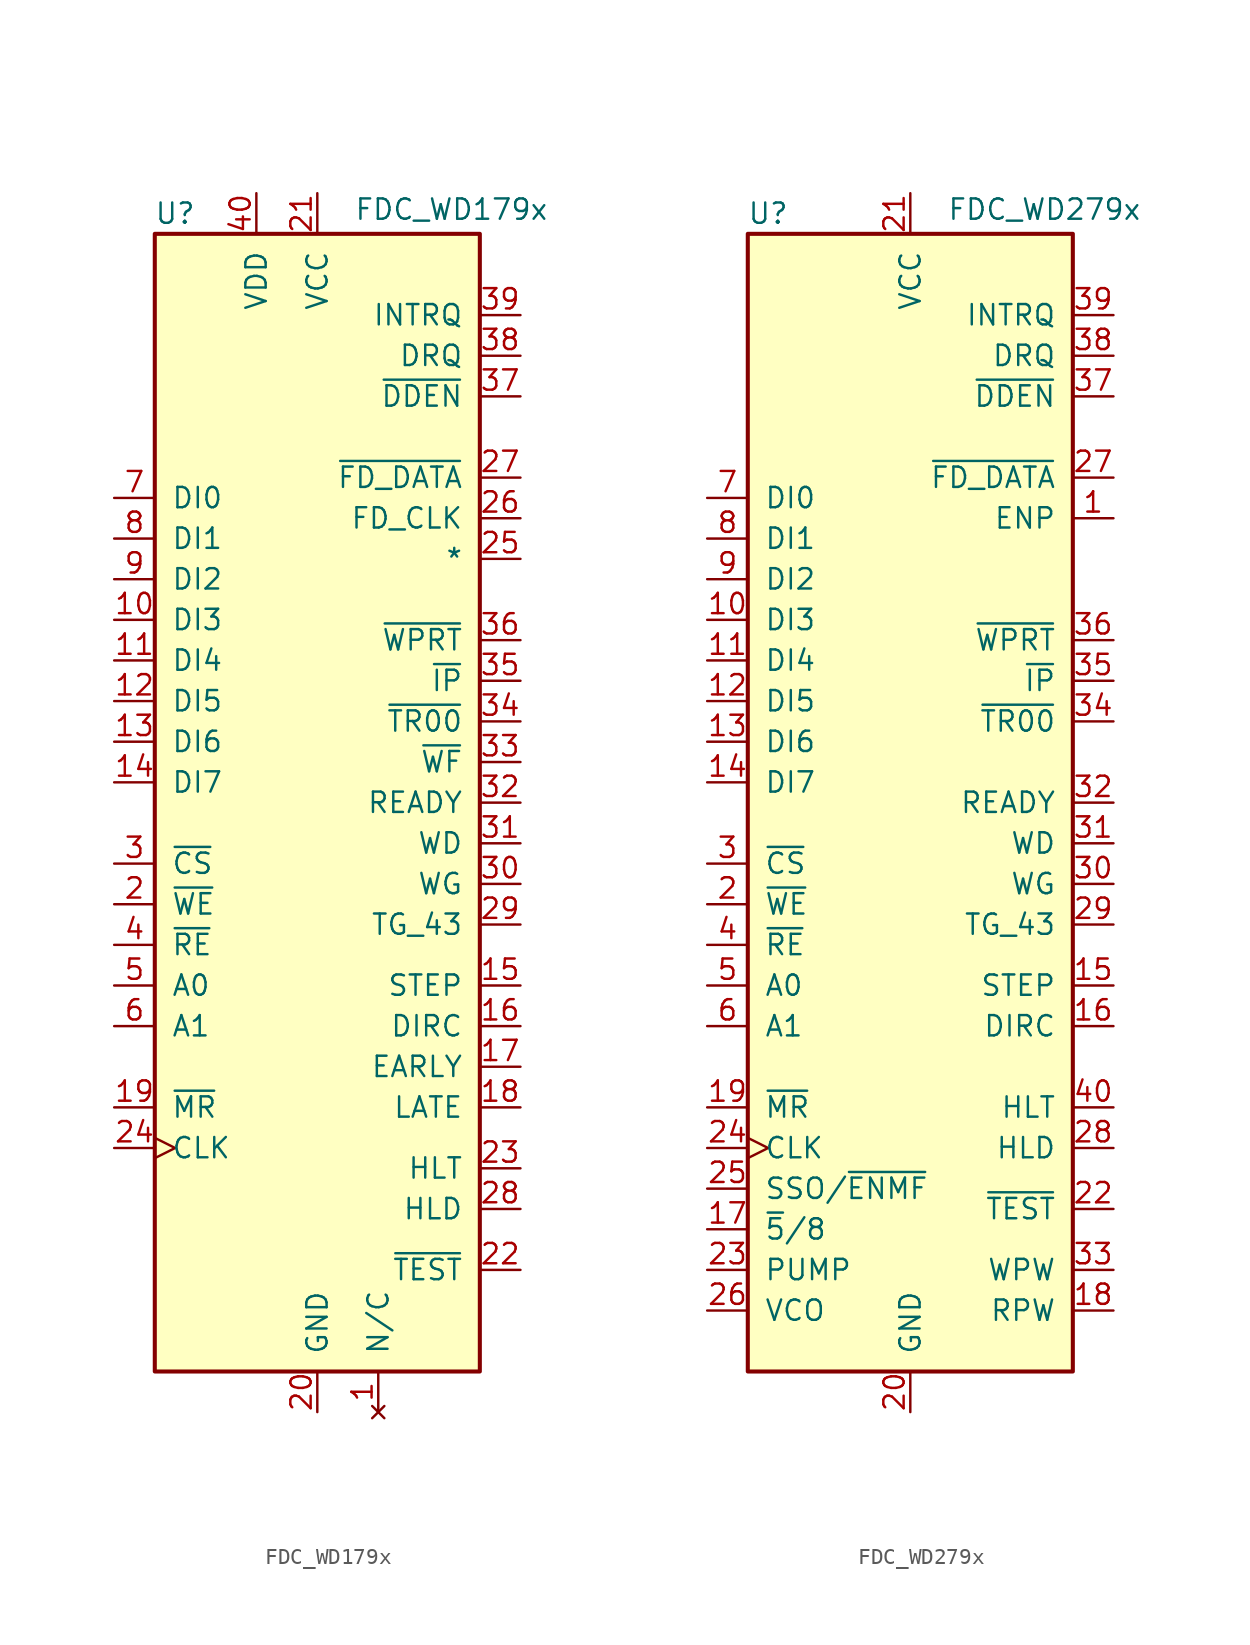
<source format=kicad_sym>
(kicad_symbol_lib
  (version 20220914)
  (generator kicad_symbol_editor)
  (symbol "FDC_WD179x"
    (pin_names
      (offset 1.016))
    (property "Reference" "U"
      (at -8.89 36.83 0)
      (effects (font (size 1.27 1.27))))
    (property "Value" "FDC_WD179x"
      (at 8.382 37.084 0)
      (effects (font (size 1.27 1.27))))
    (symbol "FDC_WD179x_0_1"
      (rectangle (start -10.16 35.56) (end 10.16 -35.56) (stroke (width 0.254) (type default)) (fill (type background))))
    (symbol "FDC_WD179x_1_1"
      (pin no_connect line (at 3.81 -38.1 90) (length 2.54) (name "N/C" (effects (font (size 1.27 1.27)))) (number "1" (effects (font (size 1.27 1.27)))))
      (pin tri_state line (at -12.7 11.43 0) (length 2.54) (name "DI3" (effects (font (size 1.27 1.27)))) (number "10" (effects (font (size 1.27 1.27)))))
      (pin tri_state line (at -12.7 8.89 0) (length 2.54) (name "DI4" (effects (font (size 1.27 1.27)))) (number "11" (effects (font (size 1.27 1.27)))))
      (pin tri_state line (at -12.7 6.35 0) (length 2.54) (name "DI5" (effects (font (size 1.27 1.27)))) (number "12" (effects (font (size 1.27 1.27)))))
      (pin tri_state line (at -12.7 3.81 0) (length 2.54) (name "DI6" (effects (font (size 1.27 1.27)))) (number "13" (effects (font (size 1.27 1.27)))))
      (pin tri_state line (at -12.7 1.27 0) (length 2.54) (name "DI7" (effects (font (size 1.27 1.27)))) (number "14" (effects (font (size 1.27 1.27)))))
      (pin output line (at 12.7 -11.43 180) (length 2.54) (name "STEP" (effects (font (size 1.27 1.27)))) (number "15" (effects (font (size 1.27 1.27)))))
      (pin output line (at 12.7 -13.97 180) (length 2.54) (name "DIRC" (effects (font (size 1.27 1.27)))) (number "16" (effects (font (size 1.27 1.27)))))
      (pin output line (at 12.7 -16.51 180) (length 2.54) (name "EARLY" (effects (font (size 1.27 1.27)))) (number "17" (effects (font (size 1.27 1.27)))))
      (pin output line (at 12.7 -19.05 180) (length 2.54) (name "LATE" (effects (font (size 1.27 1.27)))) (number "18" (effects (font (size 1.27 1.27)))))
      (pin input line (at -12.7 -19.05 0) (length 2.54) (name "~{MR}" (effects (font (size 1.27 1.27)))) (number "19" (effects (font (size 1.27 1.27)))))
      (pin input line (at -12.7 -6.35 0) (length 2.54) (name "~{WE}" (effects (font (size 1.27 1.27)))) (number "2" (effects (font (size 1.27 1.27)))))
      (pin power_in line (at 0 -38.1 90) (length 2.54) (name "GND" (effects (font (size 1.27 1.27)))) (number "20" (effects (font (size 1.27 1.27)))))
      (pin power_in line (at 0 38.1 270) (length 2.54) (name "VCC" (effects (font (size 1.27 1.27)))) (number "21" (effects (font (size 1.27 1.27)))))
      (pin input line (at 12.7 -29.21 180) (length 2.54) (name "~{TEST}" (effects (font (size 1.27 1.27)))) (number "22" (effects (font (size 1.27 1.27)))))
      (pin input line (at 12.7 -22.86 180) (length 2.54) (name "HLT" (effects (font (size 1.27 1.27)))) (number "23" (effects (font (size 1.27 1.27)))))
      (pin input clock (at -12.7 -21.59 0) (length 2.54) (name "CLK" (effects (font (size 1.27 1.27)))) (number "24" (effects (font (size 1.27 1.27)))))
      (pin passive line (at 12.7 15.24 180) (length 2.54) (name "*" (effects (font (size 1.27 1.27)))) (number "25" (effects (font (size 1.27 1.27)))))
      (pin bidirectional line (at 12.7 17.78 180) (length 2.54) (name "FD_CLK" (effects (font (size 1.27 1.27)))) (number "26" (effects (font (size 1.27 1.27)))))
      (pin input line (at 12.7 20.32 180) (length 2.54) (name "~{FD_DATA}" (effects (font (size 1.27 1.27)))) (number "27" (effects (font (size 1.27 1.27)))))
      (pin output line (at 12.7 -25.4 180) (length 2.54) (name "HLD" (effects (font (size 1.27 1.27)))) (number "28" (effects (font (size 1.27 1.27)))))
      (pin output line (at 12.7 -7.62 180) (length 2.54) (name "TG_43" (effects (font (size 1.27 1.27)))) (number "29" (effects (font (size 1.27 1.27)))))
      (pin input line (at -12.7 -3.81 0) (length 2.54) (name "~{CS}" (effects (font (size 1.27 1.27)))) (number "3" (effects (font (size 1.27 1.27)))))
      (pin output line (at 12.7 -5.08 180) (length 2.54) (name "WG" (effects (font (size 1.27 1.27)))) (number "30" (effects (font (size 1.27 1.27)))))
      (pin output line (at 12.7 -2.54 180) (length 2.54) (name "WD" (effects (font (size 1.27 1.27)))) (number "31" (effects (font (size 1.27 1.27)))))
      (pin input line (at 12.7 0 180) (length 2.54) (name "READY" (effects (font (size 1.27 1.27)))) (number "32" (effects (font (size 1.27 1.27)))))
      (pin input line (at 12.7 2.54 180) (length 2.54) (name "~{WF}" (effects (font (size 1.27 1.27)))) (number "33" (effects (font (size 1.27 1.27)))))
      (pin input line (at 12.7 5.08 180) (length 2.54) (name "~{TR00}" (effects (font (size 1.27 1.27)))) (number "34" (effects (font (size 1.27 1.27)))))
      (pin input line (at 12.7 7.62 180) (length 2.54) (name "~{IP}" (effects (font (size 1.27 1.27)))) (number "35" (effects (font (size 1.27 1.27)))))
      (pin input line (at 12.7 10.16 180) (length 2.54) (name "~{WPRT}" (effects (font (size 1.27 1.27)))) (number "36" (effects (font (size 1.27 1.27)))))
      (pin input line (at 12.7 25.4 180) (length 2.54) (name "~{DDEN}" (effects (font (size 1.27 1.27)))) (number "37" (effects (font (size 1.27 1.27)))))
      (pin output line (at 12.7 27.94 180) (length 2.54) (name "DRQ" (effects (font (size 1.27 1.27)))) (number "38" (effects (font (size 1.27 1.27)))))
      (pin input line (at 12.7 30.48 180) (length 2.54) (name "INTRQ" (effects (font (size 1.27 1.27)))) (number "39" (effects (font (size 1.27 1.27)))))
      (pin input line (at -12.7 -8.89 0) (length 2.54) (name "~{RE}" (effects (font (size 1.27 1.27)))) (number "4" (effects (font (size 1.27 1.27)))))
      (pin power_in line (at -3.81 38.1 270) (length 2.54) (name "VDD" (effects (font (size 1.27 1.27)))) (number "40" (effects (font (size 1.27 1.27)))))
      (pin input line (at -12.7 -11.43 0) (length 2.54) (name "A0" (effects (font (size 1.27 1.27)))) (number "5" (effects (font (size 1.27 1.27)))))
      (pin input line (at -12.7 -13.97 0) (length 2.54) (name "A1" (effects (font (size 1.27 1.27)))) (number "6" (effects (font (size 1.27 1.27)))))
      (pin tri_state line (at -12.7 19.05 0) (length 2.54) (name "DI0" (effects (font (size 1.27 1.27)))) (number "7" (effects (font (size 1.27 1.27)))))
      (pin tri_state line (at -12.7 16.51 0) (length 2.54) (name "DI1" (effects (font (size 1.27 1.27)))) (number "8" (effects (font (size 1.27 1.27)))))
      (pin tri_state line (at -12.7 13.97 0) (length 2.54) (name "DI2" (effects (font (size 1.27 1.27)))) (number "9" (effects (font (size 1.27 1.27)))))))
  (symbol "FDC_WD279x"
    (pin_names
      (offset 1.016))
    (property "Reference" "U"
      (at -8.89 36.83 0)
      (effects (font (size 1.27 1.27))))
    (property "Value" "FDC_WD279x"
      (at 8.382 37.084 0)
      (effects (font (size 1.27 1.27))))
    (symbol "FDC_WD279x_0_1"
      (rectangle (start -10.16 35.56) (end 10.16 -35.56) (stroke (width 0.254) (type default)) (fill (type background))))
    (symbol "FDC_WD279x_1_1"
      (pin input line (at 12.7 17.78 180) (length 2.54) (name "ENP" (effects (font (size 1.27 1.27)))) (number "1" (effects (font (size 1.27 1.27)))))
      (pin tri_state line (at -12.7 11.43 0) (length 2.54) (name "DI3" (effects (font (size 1.27 1.27)))) (number "10" (effects (font (size 1.27 1.27)))))
      (pin tri_state line (at -12.7 8.89 0) (length 2.54) (name "DI4" (effects (font (size 1.27 1.27)))) (number "11" (effects (font (size 1.27 1.27)))))
      (pin tri_state line (at -12.7 6.35 0) (length 2.54) (name "DI5" (effects (font (size 1.27 1.27)))) (number "12" (effects (font (size 1.27 1.27)))))
      (pin tri_state line (at -12.7 3.81 0) (length 2.54) (name "DI6" (effects (font (size 1.27 1.27)))) (number "13" (effects (font (size 1.27 1.27)))))
      (pin tri_state line (at -12.7 1.27 0) (length 2.54) (name "DI7" (effects (font (size 1.27 1.27)))) (number "14" (effects (font (size 1.27 1.27)))))
      (pin output line (at 12.7 -11.43 180) (length 2.54) (name "STEP" (effects (font (size 1.27 1.27)))) (number "15" (effects (font (size 1.27 1.27)))))
      (pin output line (at 12.7 -13.97 180) (length 2.54) (name "DIRC" (effects (font (size 1.27 1.27)))) (number "16" (effects (font (size 1.27 1.27)))))
      (pin input line (at -12.7 -26.67 0) (length 2.54) (name "~{5}/8" (effects (font (size 1.27 1.27)))) (number "17" (effects (font (size 1.27 1.27)))))
      (pin passive line (at 12.7 -31.75 180) (length 2.54) (name "RPW" (effects (font (size 1.27 1.27)))) (number "18" (effects (font (size 1.27 1.27)))))
      (pin input line (at -12.7 -19.05 0) (length 2.54) (name "~{MR}" (effects (font (size 1.27 1.27)))) (number "19" (effects (font (size 1.27 1.27)))))
      (pin input line (at -12.7 -6.35 0) (length 2.54) (name "~{WE}" (effects (font (size 1.27 1.27)))) (number "2" (effects (font (size 1.27 1.27)))))
      (pin power_in line (at 0 -38.1 90) (length 2.54) (name "GND" (effects (font (size 1.27 1.27)))) (number "20" (effects (font (size 1.27 1.27)))))
      (pin power_in line (at 0 38.1 270) (length 2.54) (name "VCC" (effects (font (size 1.27 1.27)))) (number "21" (effects (font (size 1.27 1.27)))))
      (pin input line (at 12.7 -25.4 180) (length 2.54) (name "~{TEST}" (effects (font (size 1.27 1.27)))) (number "22" (effects (font (size 1.27 1.27)))))
      (pin input line (at -12.7 -29.21 0) (length 2.54) (name "PUMP" (effects (font (size 1.27 1.27)))) (number "23" (effects (font (size 1.27 1.27)))))
      (pin input clock (at -12.7 -21.59 0) (length 2.54) (name "CLK" (effects (font (size 1.27 1.27)))) (number "24" (effects (font (size 1.27 1.27)))))
      (pin passive line (at -12.7 -24.13 0) (length 2.54) (name "SSO/~{ENMF}" (effects (font (size 1.27 1.27)))) (number "25" (effects (font (size 1.27 1.27)))))
      (pin passive line (at -12.7 -31.75 0) (length 2.54) (name "VCO" (effects (font (size 1.27 1.27)))) (number "26" (effects (font (size 1.27 1.27)))))
      (pin input line (at 12.7 20.32 180) (length 2.54) (name "~{FD_DATA}" (effects (font (size 1.27 1.27)))) (number "27" (effects (font (size 1.27 1.27)))))
      (pin output line (at 12.7 -21.59 180) (length 2.54) (name "HLD" (effects (font (size 1.27 1.27)))) (number "28" (effects (font (size 1.27 1.27)))))
      (pin output line (at 12.7 -7.62 180) (length 2.54) (name "TG_43" (effects (font (size 1.27 1.27)))) (number "29" (effects (font (size 1.27 1.27)))))
      (pin input line (at -12.7 -3.81 0) (length 2.54) (name "~{CS}" (effects (font (size 1.27 1.27)))) (number "3" (effects (font (size 1.27 1.27)))))
      (pin output line (at 12.7 -5.08 180) (length 2.54) (name "WG" (effects (font (size 1.27 1.27)))) (number "30" (effects (font (size 1.27 1.27)))))
      (pin output line (at 12.7 -2.54 180) (length 2.54) (name "WD" (effects (font (size 1.27 1.27)))) (number "31" (effects (font (size 1.27 1.27)))))
      (pin input line (at 12.7 0 180) (length 2.54) (name "READY" (effects (font (size 1.27 1.27)))) (number "32" (effects (font (size 1.27 1.27)))))
      (pin passive line (at 12.7 -29.21 180) (length 2.54) (name "WPW" (effects (font (size 1.27 1.27)))) (number "33" (effects (font (size 1.27 1.27)))))
      (pin input line (at 12.7 5.08 180) (length 2.54) (name "~{TR00}" (effects (font (size 1.27 1.27)))) (number "34" (effects (font (size 1.27 1.27)))))
      (pin input line (at 12.7 7.62 180) (length 2.54) (name "~{IP}" (effects (font (size 1.27 1.27)))) (number "35" (effects (font (size 1.27 1.27)))))
      (pin input line (at 12.7 10.16 180) (length 2.54) (name "~{WPRT}" (effects (font (size 1.27 1.27)))) (number "36" (effects (font (size 1.27 1.27)))))
      (pin input line (at 12.7 25.4 180) (length 2.54) (name "~{DDEN}" (effects (font (size 1.27 1.27)))) (number "37" (effects (font (size 1.27 1.27)))))
      (pin output line (at 12.7 27.94 180) (length 2.54) (name "DRQ" (effects (font (size 1.27 1.27)))) (number "38" (effects (font (size 1.27 1.27)))))
      (pin input line (at 12.7 30.48 180) (length 2.54) (name "INTRQ" (effects (font (size 1.27 1.27)))) (number "39" (effects (font (size 1.27 1.27)))))
      (pin input line (at -12.7 -8.89 0) (length 2.54) (name "~{RE}" (effects (font (size 1.27 1.27)))) (number "4" (effects (font (size 1.27 1.27)))))
      (pin input line (at 12.7 -19.05 180) (length 2.54) (name "HLT" (effects (font (size 1.27 1.27)))) (number "40" (effects (font (size 1.27 1.27)))))
      (pin input line (at -12.7 -11.43 0) (length 2.54) (name "A0" (effects (font (size 1.27 1.27)))) (number "5" (effects (font (size 1.27 1.27)))))
      (pin input line (at -12.7 -13.97 0) (length 2.54) (name "A1" (effects (font (size 1.27 1.27)))) (number "6" (effects (font (size 1.27 1.27)))))
      (pin tri_state line (at -12.7 19.05 0) (length 2.54) (name "DI0" (effects (font (size 1.27 1.27)))) (number "7" (effects (font (size 1.27 1.27)))))
      (pin tri_state line (at -12.7 16.51 0) (length 2.54) (name "DI1" (effects (font (size 1.27 1.27)))) (number "8" (effects (font (size 1.27 1.27)))))
      (pin tri_state line (at -12.7 13.97 0) (length 2.54) (name "DI2" (effects (font (size 1.27 1.27)))) (number "9" (effects (font (size 1.27 1.27))))))))
</source>
